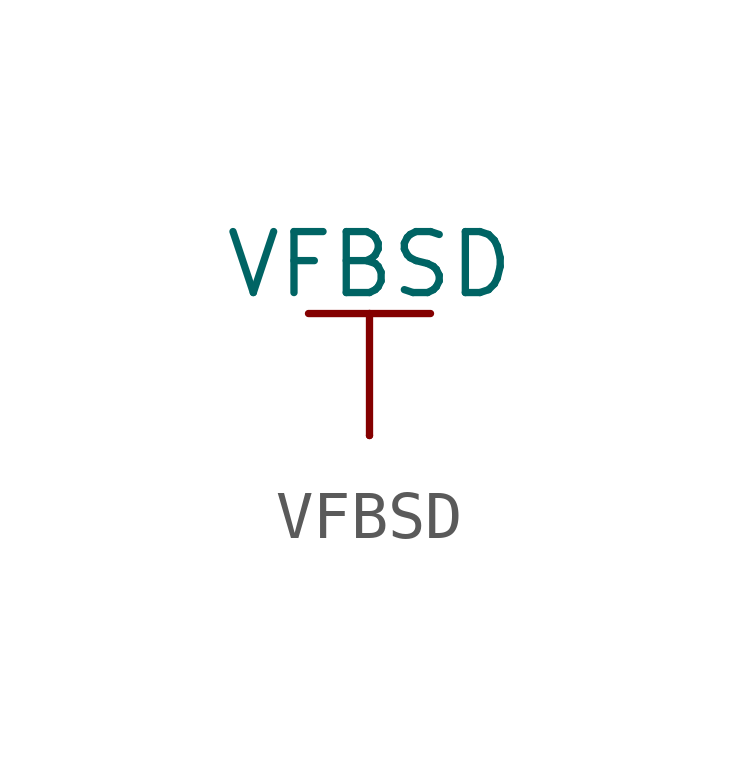
<source format=kicad_sym>
(kicad_symbol_lib
  (version 20241209)
  (generator "kicad_symbol_editor")
  (generator_version "9.0")
  (symbol "VFBSD"
    (power)
    (pin_numbers
      (hide yes))
    (pin_names
      (offset 0)
      (hide yes))
    (property "Reference" "#PWR"
      (at 0 0 0)
      (effects (font (size 1.27 1.27)) (hide yes)))
    (property "Value" "VFBSD"
      (at 0 3.556 0)
      (do_not_autoplace)
      (effects (font (size 1.27 1.27))))
    (symbol "VFBSD_0_1"
      (polyline (pts (xy -1.27 2.54) (xy 0 2.54)) (stroke (width 0) (type default)) (fill (type none)))
      (polyline (pts (xy 0 2.54) (xy 1.27 2.54)) (stroke (width 0) (type default)) (fill (type none)))
      (polyline (pts (xy 0 0) (xy 0 2.54)) (stroke (width 0) (type default)) (fill (type none))))
    (symbol "VFBSD_1_1"
      (pin power_in line (at 0 0 90) (length 0) (name "~" (effects (font (size 1.27 1.27)))) (number "1" (effects (font (size 1.27 1.27))))))))
</source>
